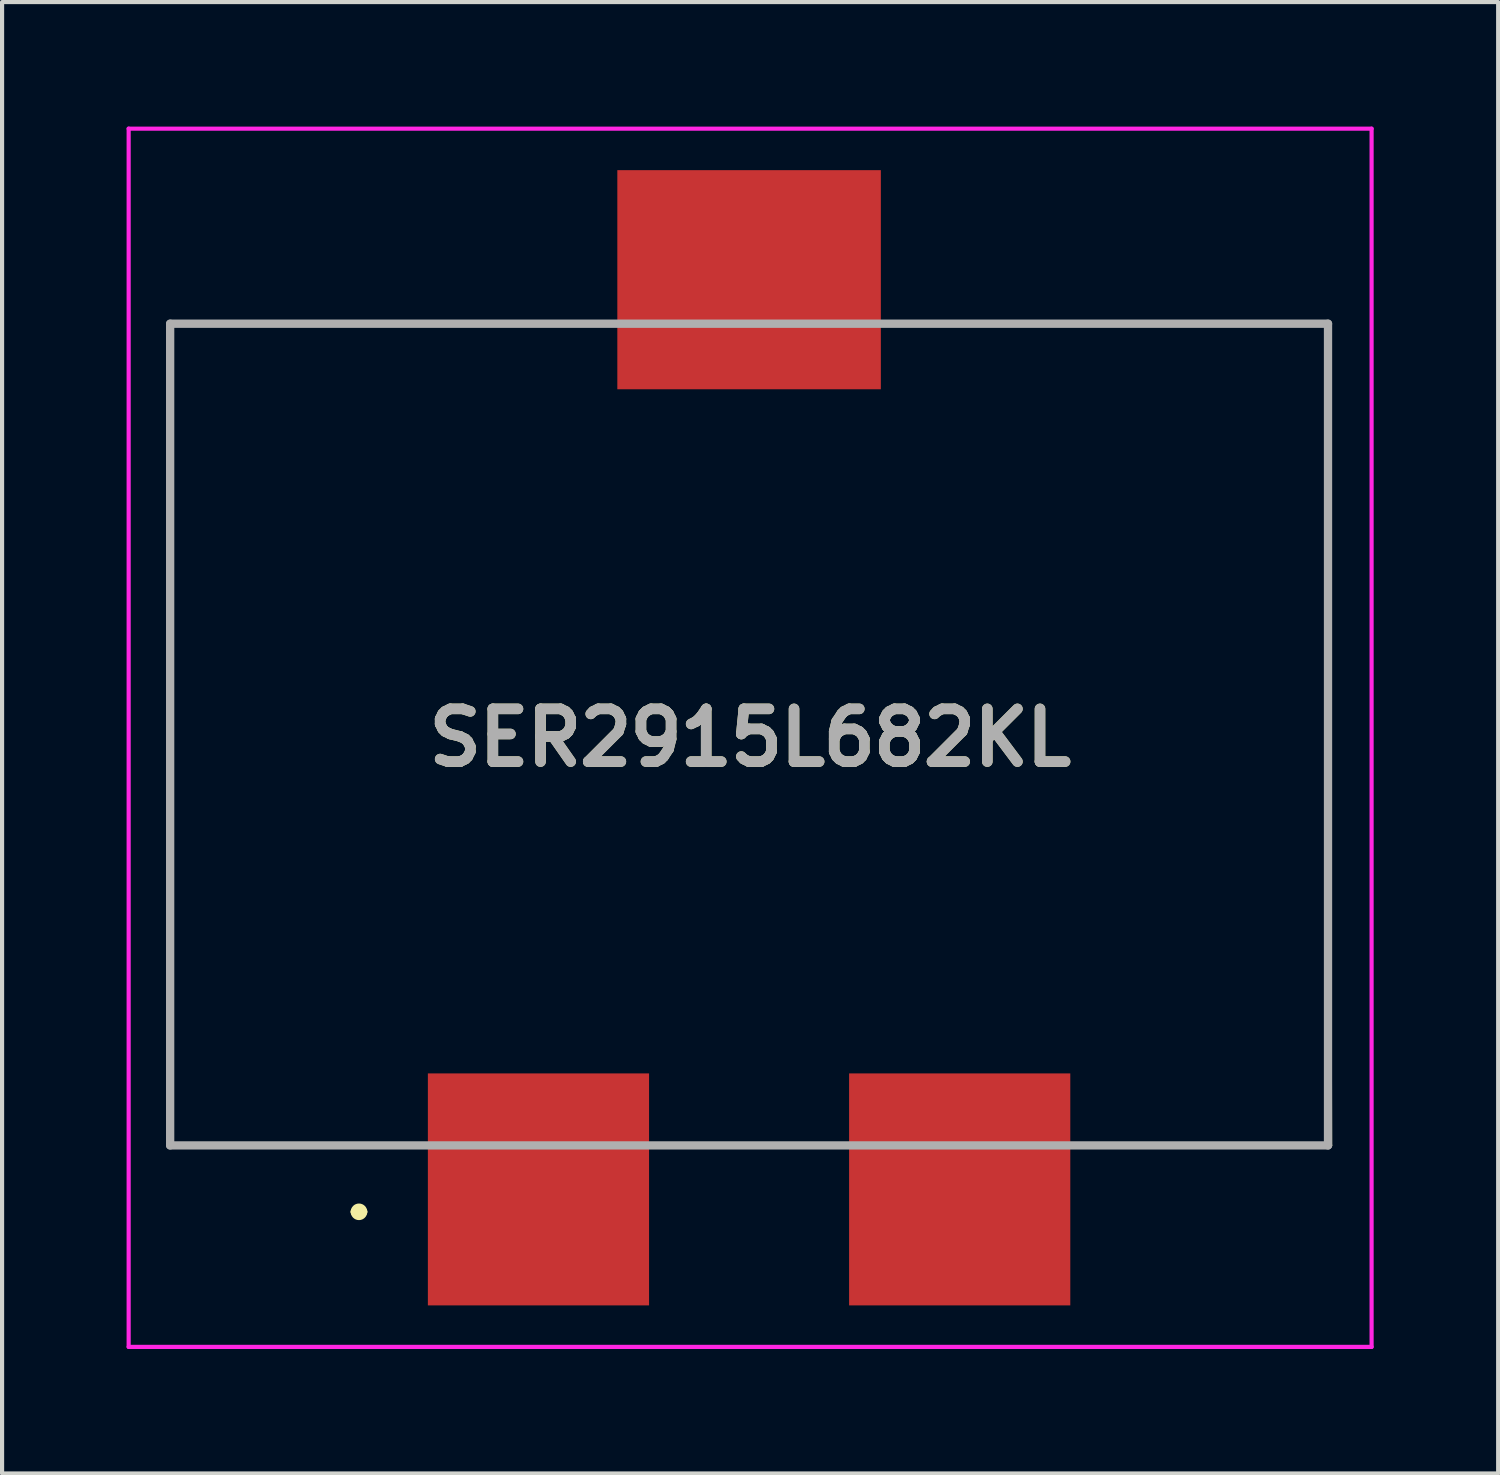
<source format=kicad_pcb>
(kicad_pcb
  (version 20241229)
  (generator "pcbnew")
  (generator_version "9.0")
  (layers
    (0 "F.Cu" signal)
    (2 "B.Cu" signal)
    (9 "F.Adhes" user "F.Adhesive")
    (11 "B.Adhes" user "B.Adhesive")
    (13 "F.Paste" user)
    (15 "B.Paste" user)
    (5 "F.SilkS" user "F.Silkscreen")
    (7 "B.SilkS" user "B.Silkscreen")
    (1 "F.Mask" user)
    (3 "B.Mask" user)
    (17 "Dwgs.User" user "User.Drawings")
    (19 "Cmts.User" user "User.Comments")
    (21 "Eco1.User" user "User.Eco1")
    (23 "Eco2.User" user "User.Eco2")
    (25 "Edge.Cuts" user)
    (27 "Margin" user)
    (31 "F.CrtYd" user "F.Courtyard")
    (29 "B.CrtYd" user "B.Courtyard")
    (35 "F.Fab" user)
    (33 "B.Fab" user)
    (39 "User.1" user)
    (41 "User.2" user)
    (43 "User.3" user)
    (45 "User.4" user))
  (footprint "SER2915L682KL"
    (layer "F.Cu")
    (at 15 14.65)
    (property "Reference" "SER2915L682KL" (at 0.025 0.077 0) (layer "F.SilkS") (effects (font (size 1.27 1.27) (thickness 0.254))))
    (attr smd)
    (fp_line (start -13.95 -9.9) (end -13.95 9.9) (stroke (width 0.1) (type solid)) (layer "F.SilkS"))
    (fp_line (start -13.95 9.9) (end -8.5 9.9) (stroke (width 0.1) (type solid)) (layer "F.SilkS"))
    (fp_line (start -9.5 11.5) (end -9.5 11.5) (stroke (width 0.2) (type solid)) (layer "F.SilkS"))
    (fp_line (start -9.3 11.5) (end -9.3 11.5) (stroke (width 0.2) (type solid)) (layer "F.SilkS"))
    (fp_line (start -4 -9.9) (end -13.95 -9.9) (stroke (width 0.1) (type solid)) (layer "F.SilkS"))
    (fp_line (start 4.5 -9.9) (end 13.95 -9.9) (stroke (width 0.1) (type solid)) (layer "F.SilkS"))
    (fp_line (start 13.95 -9.9) (end 14 9.9) (stroke (width 0.1) (type solid)) (layer "F.SilkS"))
    (fp_line (start 14 9.9) (end 9 9.9) (stroke (width 0.1) (type solid)) (layer "F.SilkS"))
    (fp_arc (start -9.5 11.5) (mid -9.4 11.4) (end -9.3 11.5) (stroke (width 0.2) (type solid)) (layer "F.SilkS"))
    (fp_arc (start -9.3 11.5) (mid -9.4 11.6) (end -9.5 11.5) (stroke (width 0.2) (type solid)) (layer "F.SilkS"))
    (fp_line (start -14.95 -14.6) (end 15 -14.6) (stroke (width 0.1) (type solid)) (layer "F.CrtYd"))
    (fp_line (start -14.95 14.755) (end -14.95 -14.6) (stroke (width 0.1) (type solid)) (layer "F.CrtYd"))
    (fp_line (start 15 -14.6) (end 15 14.755) (stroke (width 0.1) (type solid)) (layer "F.CrtYd"))
    (fp_line (start 15 14.755) (end -14.95 14.755) (stroke (width 0.1) (type solid)) (layer "F.CrtYd"))
    (fp_line (start -13.95 -9.9) (end 13.95 -9.9) (stroke (width 0.2) (type solid)) (layer "F.Fab"))
    (fp_line (start -13.95 9.9) (end -13.95 -9.9) (stroke (width 0.2) (type solid)) (layer "F.Fab"))
    (fp_line (start 13.95 -9.9) (end 13.95 9.9) (stroke (width 0.2) (type solid)) (layer "F.Fab"))
    (fp_line (start 13.95 9.9) (end -13.95 9.9) (stroke (width 0.2) (type solid)) (layer "F.Fab"))
    (fp_text user "${REFERENCE}" (at 0.025 0.077 0) (layer "F.Fab") (effects (font (size 1.27 1.27) (thickness 0.254))))
    (pad "1" smd rect (at -5.075 10.96) (size 5.33 5.59) (layers "F.Cu" "F.Mask" "F.Paste"))
    (pad "2" smd rect (at 5.075 10.96) (size 5.33 5.59) (layers "F.Cu" "F.Mask" "F.Paste"))
    (pad "3" smd rect (at 0 -10.96 90) (size 5.28 6.35) (layers "F.Cu" "F.Mask" "F.Paste")))
  (gr_rect
    (start -3 -3)
    (end 33.05 32.455)
    (stroke (width 0.1) (type default))
    (fill no)
    (layer "Edge.Cuts")))
</source>
